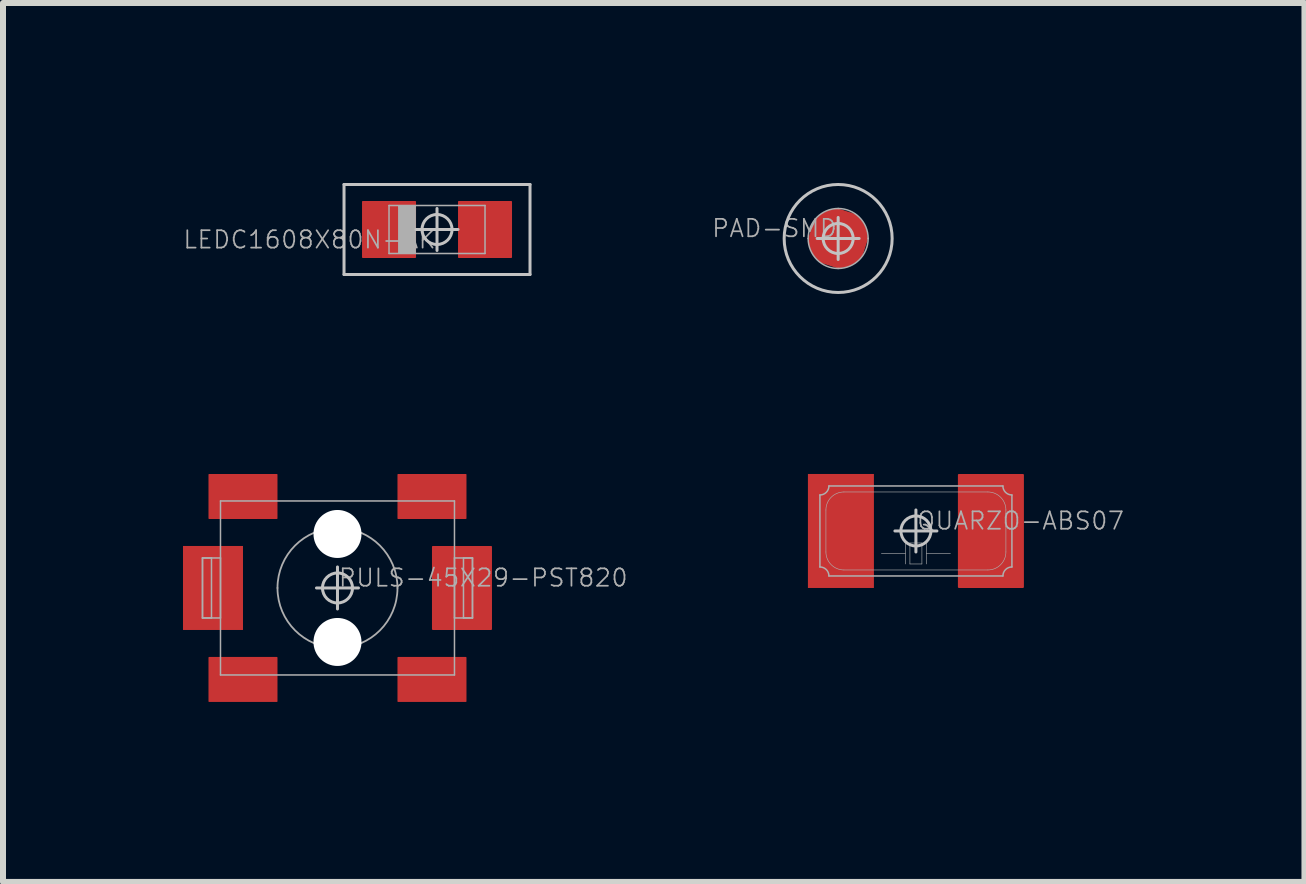
<source format=kicad_pcb>
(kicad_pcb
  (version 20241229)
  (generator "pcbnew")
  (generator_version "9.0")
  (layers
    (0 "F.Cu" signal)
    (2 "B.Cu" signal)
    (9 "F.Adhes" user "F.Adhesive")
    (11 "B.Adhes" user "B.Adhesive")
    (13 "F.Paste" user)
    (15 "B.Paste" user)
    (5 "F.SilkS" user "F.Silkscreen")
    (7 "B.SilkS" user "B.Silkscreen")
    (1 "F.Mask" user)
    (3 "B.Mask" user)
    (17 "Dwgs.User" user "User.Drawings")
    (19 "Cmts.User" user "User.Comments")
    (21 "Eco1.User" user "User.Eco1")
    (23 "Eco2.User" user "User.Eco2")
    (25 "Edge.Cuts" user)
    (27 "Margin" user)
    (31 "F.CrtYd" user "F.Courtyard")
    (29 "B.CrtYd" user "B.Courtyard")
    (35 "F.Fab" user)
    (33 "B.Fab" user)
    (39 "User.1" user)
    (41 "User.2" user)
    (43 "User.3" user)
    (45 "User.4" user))
  (footprint "LEDC1608X80N-AK"
    (layer "F.Cu")
    (at 4.234 0.775)
    (property "Reference" "LEDC1608X80N-AK" (at 0 0 180) (layer "F.Fab") (effects (font (size 0.29 0.29) (thickness 0.029)) (justify right top)))
    (attr through_hole)
    (fp_line (start -1.55 -0.75) (end -1.55 0.75) (stroke (width 0.05) (type solid)) (layer "Dwgs.User"))
    (fp_line (start -1.55 0.75) (end 1.55 0.75) (stroke (width 0.05) (type solid)) (layer "Dwgs.User"))
    (fp_line (start -0.35 0) (end 0.35 0) (stroke (width 0.05) (type solid)) (layer "Dwgs.User"))
    (fp_line (start 0 0.35) (end 0 -0.35) (stroke (width 0.05) (type solid)) (layer "Dwgs.User"))
    (fp_line (start 1.55 -0.75) (end -1.55 -0.75) (stroke (width 0.05) (type solid)) (layer "Dwgs.User"))
    (fp_line (start 1.55 0.75) (end 1.55 -0.75) (stroke (width 0.05) (type solid)) (layer "Dwgs.User"))
    (fp_circle (center 0 0) (end 0.25 0) (stroke (width 0.05) (type solid)) (fill no) (layer "Dwgs.User"))
    (fp_line (start -0.8 -0.4) (end -0.8 0.4) (stroke (width 0.025) (type solid)) (layer "F.Fab"))
    (fp_line (start -0.8 0.4) (end 0.8 0.4) (stroke (width 0.025) (type solid)) (layer "F.Fab"))
    (fp_line (start -0.645 -0.395) (end -0.645 0.395) (stroke (width 0.01) (type solid)) (layer "F.Fab"))
    (fp_line (start -0.645 0.395) (end -0.355 0.395) (stroke (width 0.01) (type solid)) (layer "F.Fab"))
    (fp_line (start -0.64 -0.39) (end -0.64 0.39) (stroke (width 0.01) (type solid)) (layer "F.Fab"))
    (fp_line (start -0.64 0.39) (end -0.36 0.39) (stroke (width 0.01) (type solid)) (layer "F.Fab"))
    (fp_line (start -0.63 -0.38) (end -0.63 0.38) (stroke (width 0.025) (type solid)) (layer "F.Fab"))
    (fp_line (start -0.63 0.38) (end -0.37 0.38) (stroke (width 0.025) (type solid)) (layer "F.Fab"))
    (fp_line (start -0.618 -0.368) (end -0.618 0.367) (stroke (width 0.025) (type solid)) (layer "F.Fab"))
    (fp_line (start -0.618 0.367) (end -0.383 0.367) (stroke (width 0.025) (type solid)) (layer "F.Fab"))
    (fp_line (start -0.605 -0.355) (end -0.605 0.355) (stroke (width 0.05) (type solid)) (layer "F.Fab"))
    (fp_line (start -0.605 0.355) (end -0.395 0.355) (stroke (width 0.05) (type solid)) (layer "F.Fab"))
    (fp_line (start -0.58 -0.33) (end -0.58 0.33) (stroke (width 0.1) (type solid)) (layer "F.Fab"))
    (fp_line (start -0.58 0.33) (end -0.42 0.33) (stroke (width 0.1) (type solid)) (layer "F.Fab"))
    (fp_line (start -0.53 -0.28) (end -0.53 0.28) (stroke (width 0.2) (type solid)) (layer "F.Fab"))
    (fp_line (start -0.53 0.28) (end -0.47 0.28) (stroke (width 0.2) (type solid)) (layer "F.Fab"))
    (fp_line (start -0.47 -0.28) (end -0.53 -0.28) (stroke (width 0.2) (type solid)) (layer "F.Fab"))
    (fp_line (start -0.47 0.28) (end -0.47 -0.28) (stroke (width 0.2) (type solid)) (layer "F.Fab"))
    (fp_line (start -0.42 -0.33) (end -0.58 -0.33) (stroke (width 0.1) (type solid)) (layer "F.Fab"))
    (fp_line (start -0.42 0.33) (end -0.42 -0.33) (stroke (width 0.1) (type solid)) (layer "F.Fab"))
    (fp_line (start -0.395 -0.355) (end -0.605 -0.355) (stroke (width 0.05) (type solid)) (layer "F.Fab"))
    (fp_line (start -0.395 0.355) (end -0.395 -0.355) (stroke (width 0.05) (type solid)) (layer "F.Fab"))
    (fp_line (start -0.383 -0.368) (end -0.618 -0.368) (stroke (width 0.025) (type solid)) (layer "F.Fab"))
    (fp_line (start -0.383 0.367) (end -0.383 -0.368) (stroke (width 0.025) (type solid)) (layer "F.Fab"))
    (fp_line (start -0.37 -0.38) (end -0.63 -0.38) (stroke (width 0.025) (type solid)) (layer "F.Fab"))
    (fp_line (start -0.37 0.38) (end -0.37 -0.38) (stroke (width 0.025) (type solid)) (layer "F.Fab"))
    (fp_line (start -0.36 -0.39) (end -0.64 -0.39) (stroke (width 0.01) (type solid)) (layer "F.Fab"))
    (fp_line (start -0.36 0.39) (end -0.36 -0.39) (stroke (width 0.01) (type solid)) (layer "F.Fab"))
    (fp_line (start -0.355 -0.395) (end -0.645 -0.395) (stroke (width 0.01) (type solid)) (layer "F.Fab"))
    (fp_line (start -0.355 0.395) (end -0.355 -0.395) (stroke (width 0.01) (type solid)) (layer "F.Fab"))
    (fp_line (start 0.8 -0.4) (end -0.8 -0.4) (stroke (width 0.025) (type solid)) (layer "F.Fab"))
    (fp_line (start 0.8 0.4) (end 0.8 -0.4) (stroke (width 0.025) (type solid)) (layer "F.Fab"))
    (pad "A" smd roundrect (at 0.8 0) (size 0.9 0.95) (layers "F.Cu" "F.Mask" "F.Paste") (roundrect_rratio 0.015))
    (pad "C" smd roundrect (at -0.8 0) (size 0.9 0.95) (layers "F.Cu" "F.Mask" "F.Paste") (roundrect_rratio 0.015)))
  (footprint "QUARZO-ABS07"
    (layer "F.Cu")
    (at 12.216 5.8)
    (property "Reference" "QUARZO-ABS07" (at 0 0 0) (layer "F.Fab") (effects (font (size 0.29 0.29) (thickness 0.029)) (justify left bottom)))
    (attr through_hole)
    (fp_line (start -0.35 0) (end 0.35 0) (stroke (width 0.05) (type solid)) (layer "Dwgs.User"))
    (fp_line (start 0 0.35) (end 0 -0.35) (stroke (width 0.05) (type solid)) (layer "Dwgs.User"))
    (fp_circle (center 0 0) (end 0.25 0) (stroke (width 0.05) (type solid)) (fill no) (layer "Dwgs.User"))
    (fp_line (start -1.6 0.6) (end -1.6 -0.6) (stroke (width 0.025) (type solid)) (layer "F.Fab"))
    (fp_line (start -1.5 0.35) (end -1.5 -0.35) (stroke (width 0.01) (type solid)) (layer "F.Fab"))
    (fp_line (start -1.45 -0.75) (end 1.45 -0.75) (stroke (width 0.025) (type solid)) (layer "F.Fab"))
    (fp_line (start -1.2 -0.65) (end 1.2 -0.65) (stroke (width 0.01) (type solid)) (layer "F.Fab"))
    (fp_line (start -0.175 0.2) (end -0.175 0.55) (stroke (width 0.01) (type solid)) (layer "F.Fab"))
    (fp_line (start -0.175 0.375) (end -0.575 0.375) (stroke (width 0.01) (type solid)) (layer "F.Fab"))
    (fp_line (start -0.1 0.2) (end -0.1 0.55) (stroke (width 0.01) (type solid)) (layer "F.Fab"))
    (fp_line (start -0.1 0.55) (end 0.1 0.55) (stroke (width 0.01) (type solid)) (layer "F.Fab"))
    (fp_line (start 0.1 0.2) (end -0.1 0.2) (stroke (width 0.01) (type solid)) (layer "F.Fab"))
    (fp_line (start 0.1 0.55) (end 0.1 0.2) (stroke (width 0.01) (type solid)) (layer "F.Fab"))
    (fp_line (start 0.175 0.2) (end 0.175 0.55) (stroke (width 0.01) (type solid)) (layer "F.Fab"))
    (fp_line (start 0.175 0.375) (end 0.575 0.375) (stroke (width 0.01) (type solid)) (layer "F.Fab"))
    (fp_line (start 1.2 0.65) (end -1.2 0.65) (stroke (width 0.01) (type solid)) (layer "F.Fab"))
    (fp_line (start 1.45 0.75) (end -1.45 0.75) (stroke (width 0.025) (type solid)) (layer "F.Fab"))
    (fp_line (start 1.5 -0.35) (end 1.5 0.35) (stroke (width 0.01) (type solid)) (layer "F.Fab"))
    (fp_line (start 1.6 -0.6) (end 1.6 0.6) (stroke (width 0.025) (type solid)) (layer "F.Fab"))
    (fp_arc (start -1.6 0.6) (mid -1.493934 0.643934) (end -1.45 0.75) (stroke (width 0.025) (type solid)) (layer "F.Fab"))
    (fp_arc (start -1.5 -0.35) (mid -1.412132 -0.562132) (end -1.2 -0.65) (stroke (width 0.01) (type solid)) (layer "F.Fab"))
    (fp_arc (start -1.45 -0.75) (mid -1.493934 -0.643934) (end -1.6 -0.6) (stroke (width 0.025) (type solid)) (layer "F.Fab"))
    (fp_arc (start -1.2 0.65) (mid -1.412132 0.562132) (end -1.5 0.35) (stroke (width 0.01) (type solid)) (layer "F.Fab"))
    (fp_arc (start 1.2 -0.65) (mid 1.412132 -0.562132) (end 1.5 -0.35) (stroke (width 0.01) (type solid)) (layer "F.Fab"))
    (fp_arc (start 1.45 0.75) (mid 1.493934 0.643934) (end 1.6 0.6) (stroke (width 0.025) (type solid)) (layer "F.Fab"))
    (fp_arc (start 1.5 0.35) (mid 1.412132 0.562132) (end 1.2 0.65) (stroke (width 0.01) (type solid)) (layer "F.Fab"))
    (fp_arc (start 1.6 -0.6) (mid 1.493934 -0.643934) (end 1.45 -0.75) (stroke (width 0.025) (type solid)) (layer "F.Fab"))
    (pad "1" smd rect (at -1.25 0) (size 1.1 1.9) (layers "F.Cu" "F.Mask" "F.Paste"))
    (pad "2" smd roundrect (at 1.25 0) (size 1.1 1.9) (layers "F.Cu" "F.Mask" "F.Paste") (roundrect_rratio 0.015)))
  (footprint "PULS-45X29-PST820"
    (layer "F.Cu")
    (at 2.575 6.75)
    (property "Reference" "PULS-45X29-PST820" (at 0 0 0) (layer "F.Fab") (effects (font (size 0.29 0.29) (thickness 0.029)) (justify left bottom)))
    (attr through_hole)
    (fp_line (start -0.35 0) (end 0.35 0) (stroke (width 0.05) (type solid)) (layer "Dwgs.User"))
    (fp_line (start 0 0.35) (end 0 -0.35) (stroke (width 0.05) (type solid)) (layer "Dwgs.User"))
    (fp_circle (center 0 0) (end 0.25 0) (stroke (width 0.05) (type solid)) (fill no) (layer "Dwgs.User"))
    (fp_line (start -2.25 -0.5) (end -2.25 0.5) (stroke (width 0.025) (type solid)) (layer "F.Fab"))
    (fp_line (start -2.25 -0.5) (end -2.25 0.5) (stroke (width 0.025) (type solid)) (layer "F.Fab"))
    (fp_line (start -2.25 0.5) (end -2.1 0.5) (stroke (width 0.025) (type solid)) (layer "F.Fab"))
    (fp_line (start -2.25 0.5) (end -1.95 0.5) (stroke (width 0.025) (type solid)) (layer "F.Fab"))
    (fp_line (start -2.1 -0.5) (end -2.25 -0.5) (stroke (width 0.025) (type solid)) (layer "F.Fab"))
    (fp_line (start -2.1 0.5) (end -2.1 -0.5) (stroke (width 0.025) (type solid)) (layer "F.Fab"))
    (fp_line (start -1.95 -1.45) (end -1.95 1.45) (stroke (width 0.025) (type solid)) (layer "F.Fab"))
    (fp_line (start -1.95 -0.5) (end -2.25 -0.5) (stroke (width 0.025) (type solid)) (layer "F.Fab"))
    (fp_line (start -1.95 0.5) (end -1.95 -0.5) (stroke (width 0.025) (type solid)) (layer "F.Fab"))
    (fp_line (start -1.95 1.45) (end 1.95 1.45) (stroke (width 0.025) (type solid)) (layer "F.Fab"))
    (fp_line (start 1.95 -1.45) (end -1.95 -1.45) (stroke (width 0.025) (type solid)) (layer "F.Fab"))
    (fp_line (start 1.95 -0.5) (end 1.95 0.5) (stroke (width 0.025) (type solid)) (layer "F.Fab"))
    (fp_line (start 1.95 0.5) (end 2.25 0.5) (stroke (width 0.025) (type solid)) (layer "F.Fab"))
    (fp_line (start 1.95 1.45) (end 1.95 -1.45) (stroke (width 0.025) (type solid)) (layer "F.Fab"))
    (fp_line (start 2.1 -0.5) (end 2.1 0.5) (stroke (width 0.025) (type solid)) (layer "F.Fab"))
    (fp_line (start 2.1 0.5) (end 2.25 0.5) (stroke (width 0.025) (type solid)) (layer "F.Fab"))
    (fp_line (start 2.25 -0.5) (end 1.95 -0.5) (stroke (width 0.025) (type solid)) (layer "F.Fab"))
    (fp_line (start 2.25 -0.5) (end 2.1 -0.5) (stroke (width 0.025) (type solid)) (layer "F.Fab"))
    (fp_line (start 2.25 0.5) (end 2.25 -0.5) (stroke (width 0.025) (type solid)) (layer "F.Fab"))
    (fp_line (start 2.25 0.5) (end 2.25 -0.5) (stroke (width 0.025) (type solid)) (layer "F.Fab"))
    (fp_arc (start -1 0) (mid -0.707107 -0.707107) (end 0 -1) (stroke (width 0.03) (type solid)) (layer "F.Fab"))
    (fp_arc (start 0 -1) (mid 0.707107 -0.707107) (end 1 0) (stroke (width 0.03) (type solid)) (layer "F.Fab"))
    (fp_arc (start 0 1) (mid -0.707107 0.707107) (end -1 0) (stroke (width 0.03) (type solid)) (layer "F.Fab"))
    (fp_arc (start 1 0) (mid 0.707107 0.707107) (end 0 1) (stroke (width 0.03) (type solid)) (layer "F.Fab"))
    (pad "" np_thru_hole circle (at 0 -0.9) (size 0.8 0.8) (drill 0.8) (layers "*.Cu" "*.Mask"))
    (pad "" np_thru_hole circle (at 0 0.9) (size 0.8 0.8) (drill 0.8) (layers "*.Cu" "*.Mask"))
    (pad "1" smd rect (at -2.075 0) (size 1 1.4) (layers "F.Cu" "F.Mask" "F.Paste"))
    (pad "2" smd roundrect (at 2.075 0) (size 1 1.4) (layers "F.Cu" "F.Mask" "F.Paste") (roundrect_rratio 0.015))
    (pad "3" smd roundrect (at -1.575 -1.525) (size 1.15 0.75) (layers "F.Cu" "F.Mask" "F.Paste") (roundrect_rratio 0.015))
    (pad "4" smd roundrect (at 1.575 -1.525) (size 1.15 0.75) (layers "F.Cu" "F.Mask" "F.Paste") (roundrect_rratio 0.015))
    (pad "5" smd roundrect (at -1.575 1.525) (size 1.15 0.75) (layers "F.Cu" "F.Mask" "F.Paste") (roundrect_rratio 0.015))
    (pad "6" smd roundrect (at 1.575 1.525) (size 1.15 0.75) (layers "F.Cu" "F.Mask" "F.Paste") (roundrect_rratio 0.015)))
  (footprint "PAD-SMD"
    (layer "F.Cu")
    (at 10.92 0.925)
    (property "Reference" "PAD-SMD" (at 0 0 180) (layer "F.Fab") (effects (font (size 0.29 0.29) (thickness 0.029)) (justify right bottom)))
    (attr through_hole)
    (fp_poly (pts (xy -0.5 0) (xy -0.476 0.155) (xy -0.405 0.294) (xy -0.294 0.405) (xy 0 0.5) (xy 0.155 0.476) (xy 0.294 0.405) (xy 0.405 0.294) (xy 0.5 0) (xy 0.476 -0.155) (xy 0.405 -0.294) (xy 0.294 -0.405) (xy 0 -0.5) (xy -0.155 -0.476) (xy -0.294 -0.405) (xy -0.405 -0.294)) (stroke (width 0) (type solid)) (fill yes) (layer "F.Cu"))
    (fp_circle (center 0 0) (end 0.3 0) (stroke (width 0.6) (type solid)) (fill no) (layer "F.Mask"))
    (fp_line (start -0.35 0) (end 0.35 0) (stroke (width 0.05) (type solid)) (layer "Dwgs.User"))
    (fp_line (start 0 0.35) (end 0 -0.35) (stroke (width 0.05) (type solid)) (layer "Dwgs.User"))
    (fp_circle (center 0 0) (end 0.25 0) (stroke (width 0.05) (type solid)) (fill no) (layer "Dwgs.User"))
    (fp_circle (center 0 0) (end 0.9 0) (stroke (width 0.05) (type solid)) (fill no) (layer "Dwgs.User"))
    (fp_arc (start -0.5 0) (mid -0.353553 -0.353553) (end 0 -0.5) (stroke (width 0.025) (type solid)) (layer "F.Fab"))
    (fp_arc (start 0 -0.5) (mid 0.353553 -0.353553) (end 0.5 0) (stroke (width 0.025) (type solid)) (layer "F.Fab"))
    (fp_arc (start 0 0.5) (mid -0.353553 0.353553) (end -0.5 0) (stroke (width 0.025) (type solid)) (layer "F.Fab"))
    (fp_arc (start 0.5 0) (mid 0.353553 0.353553) (end 0 0.5) (stroke (width 0.025) (type solid)) (layer "F.Fab"))
    (pad "1" smd rect (at 0 0) (size 0.635 0.635) (layers "F.Cu" "F.Mask")))
  (gr_rect
    (start -3 -3)
    (end 18.692 11.65)
    (stroke (width 0.1) (type default))
    (fill no)
    (layer "Edge.Cuts")))
</source>
